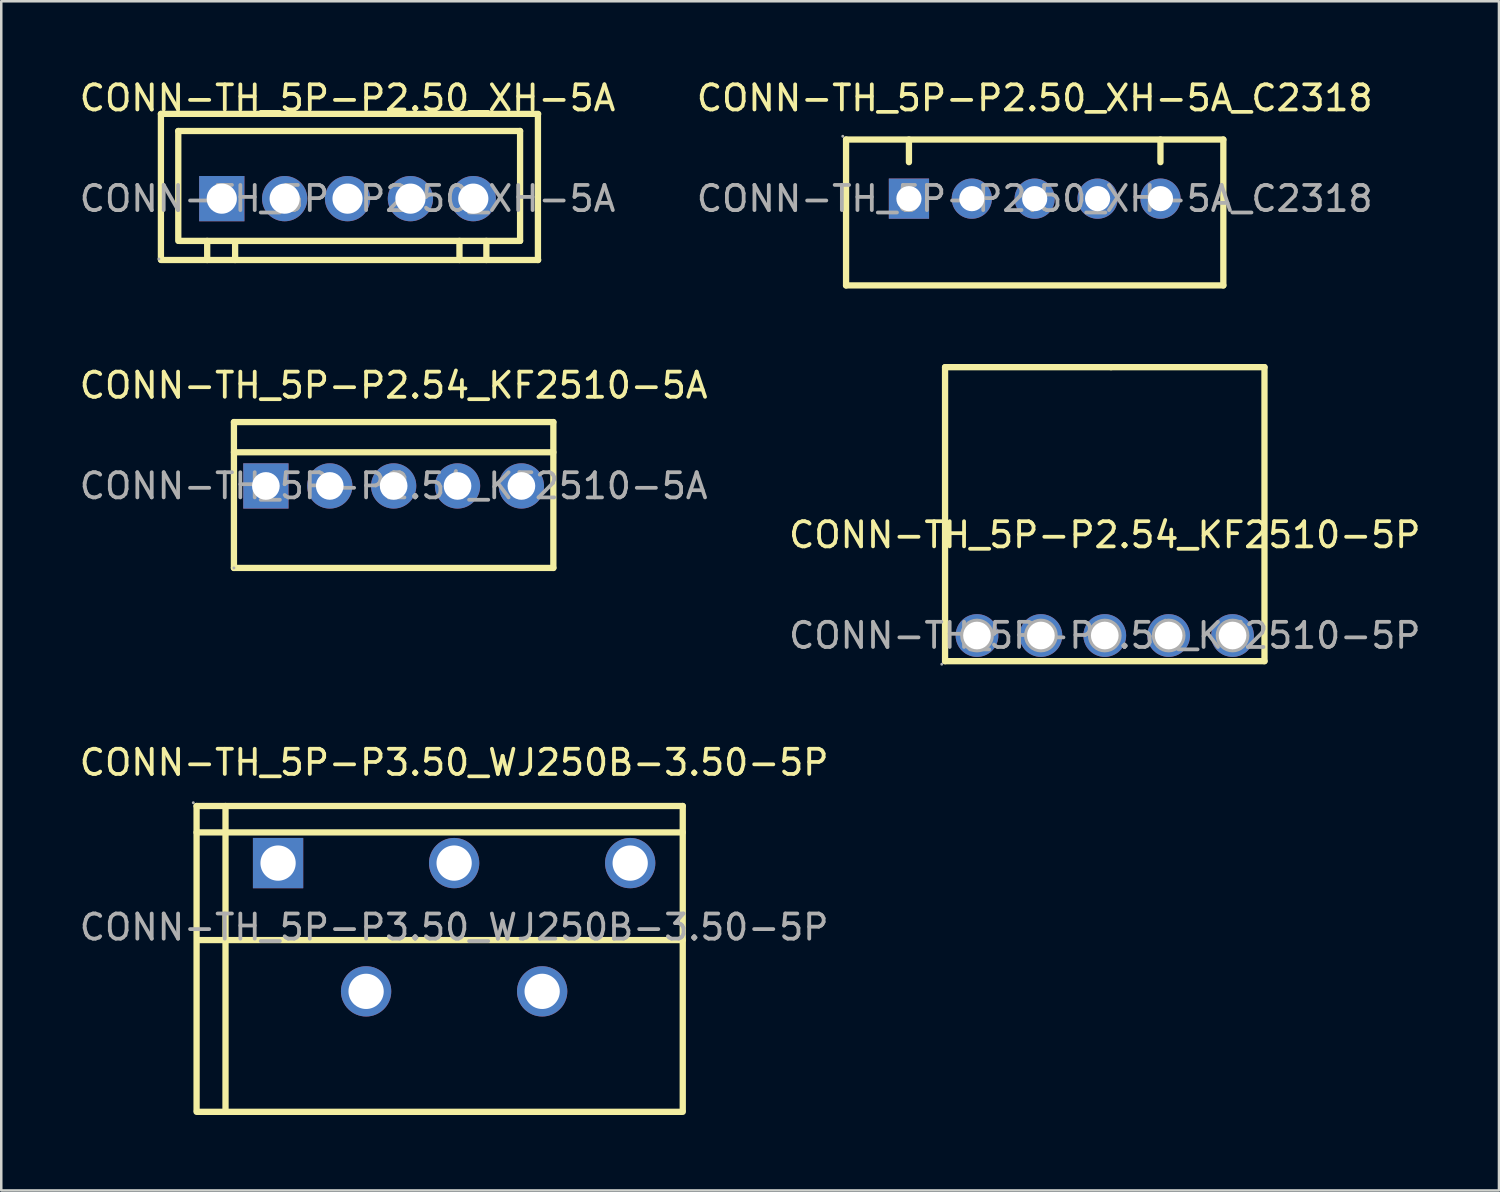
<source format=kicad_pcb>
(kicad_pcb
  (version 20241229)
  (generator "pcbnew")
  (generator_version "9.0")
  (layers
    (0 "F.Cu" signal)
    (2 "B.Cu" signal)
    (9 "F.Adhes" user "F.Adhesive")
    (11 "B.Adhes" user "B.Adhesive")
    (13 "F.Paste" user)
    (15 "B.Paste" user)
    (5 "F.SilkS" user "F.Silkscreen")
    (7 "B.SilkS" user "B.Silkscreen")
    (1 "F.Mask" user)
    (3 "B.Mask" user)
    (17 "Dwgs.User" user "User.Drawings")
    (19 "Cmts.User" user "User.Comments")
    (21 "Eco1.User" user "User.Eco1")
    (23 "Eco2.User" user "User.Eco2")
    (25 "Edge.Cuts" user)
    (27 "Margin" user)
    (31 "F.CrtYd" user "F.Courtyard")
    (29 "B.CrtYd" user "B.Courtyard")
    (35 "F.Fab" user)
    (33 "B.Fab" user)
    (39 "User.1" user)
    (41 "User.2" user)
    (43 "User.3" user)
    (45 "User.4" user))
  (footprint "CONN-TH_5P-P2.50_XH-5A_C2318"
    (layer "F.Cu")
    (at 38.089 4.848)
    (property "Reference" "CONN-TH_5P-P2.50_XH-5A_C2318" (at 0 -4 0) (layer "F.SilkS") (effects (font (size 1 1) (thickness 0.15))))
    (attr through_hole)
    (fp_line (start -7.5 -2.35) (end -7.5 3.45) (stroke (width 0.25) (type solid)) (layer "F.SilkS"))
    (fp_line (start -7.5 3.45) (end 7.5 3.45) (stroke (width 0.25) (type solid)) (layer "F.SilkS"))
    (fp_line (start -5 -1.45) (end -5 -2.35) (stroke (width 0.25) (type solid)) (layer "F.SilkS"))
    (fp_line (start 5 -1.45) (end 5 -2.35) (stroke (width 0.25) (type solid)) (layer "F.SilkS"))
    (fp_line (start 7.5 -2.35) (end -7.5 -2.35) (stroke (width 0.25) (type solid)) (layer "F.SilkS"))
    (fp_line (start 7.5 -2.35) (end 7.5 3.45) (stroke (width 0.25) (type solid)) (layer "F.SilkS"))
    (fp_circle (center -7.63 -2.48) (end -7.6 -2.48) (stroke (width 0.06) (type solid)) (fill no) (layer "F.Fab"))
    (fp_circle (center -5 0) (end -4.8 0) (stroke (width 0.4) (type solid)) (fill no) (layer "F.Fab"))
    (fp_circle (center -2.5 0) (end -2.3 0) (stroke (width 0.4) (type solid)) (fill no) (layer "F.Fab"))
    (fp_circle (center 0 0) (end 0.2 0) (stroke (width 0.4) (type solid)) (fill no) (layer "F.Fab"))
    (fp_circle (center 2.5 0) (end 2.7 0) (stroke (width 0.4) (type solid)) (fill no) (layer "F.Fab"))
    (fp_circle (center 5 0) (end 5.2 0) (stroke (width 0.4) (type solid)) (fill no) (layer "F.Fab"))
    (fp_text user "${REFERENCE}" (at 0 0 0) (layer "F.Fab") (effects (font (size 1 1) (thickness 0.15))))
    (pad "1" thru_hole rect (at -5 0 180) (size 1.6 1.6) (drill 1) (layers "*.Cu" "*.Paste" "*.Mask"))
    (pad "2" thru_hole circle (at -2.5 0 180) (size 1.6 1.6) (drill 1) (layers "*.Cu" "*.Paste" "*.Mask"))
    (pad "3" thru_hole circle (at 0 0 180) (size 1.6 1.6) (drill 1) (layers "*.Cu" "*.Paste" "*.Mask"))
    (pad "4" thru_hole circle (at 2.5 0 180) (size 1.6 1.6) (drill 1) (layers "*.Cu" "*.Paste" "*.Mask"))
    (pad "5" thru_hole circle (at 5 0 180) (size 1.6 1.6) (drill 1) (layers "*.Cu" "*.Paste" "*.Mask")))
  (footprint "CONN-TH_5P-P2.50_XH-5A"
    (layer "F.Cu")
    (at 10.768 4.848)
    (property "Reference" "CONN-TH_5P-P2.50_XH-5A" (at 0 -4 0) (layer "F.SilkS") (effects (font (size 1 1) (thickness 0.15))))
    (attr through_hole)
    (fp_line (start -7.42 -3.37) (end -7.42 2.43) (stroke (width 0.25) (type solid)) (layer "F.SilkS"))
    (fp_line (start -7.42 -3.37) (end 7.58 -3.37) (stroke (width 0.25) (type solid)) (layer "F.SilkS"))
    (fp_line (start -7.41 2.44) (end 7.58 2.44) (stroke (width 0.25) (type solid)) (layer "F.SilkS"))
    (fp_line (start -6.73 -2.69) (end -6.73 1.68) (stroke (width 0.25) (type solid)) (layer "F.SilkS"))
    (fp_line (start -6.7 1.68) (end 6.86 1.68) (stroke (width 0.25) (type solid)) (layer "F.SilkS"))
    (fp_line (start -5.58 1.68) (end -5.58 2.44) (stroke (width 0.25) (type solid)) (layer "F.SilkS"))
    (fp_line (start -4.47 1.8) (end -4.47 2.44) (stroke (width 0.25) (type solid)) (layer "F.SilkS"))
    (fp_line (start 4.45 2.44) (end 4.45 1.68) (stroke (width 0.25) (type solid)) (layer "F.SilkS"))
    (fp_line (start 5.52 1.68) (end 5.52 2.44) (stroke (width 0.25) (type solid)) (layer "F.SilkS"))
    (fp_line (start 6.86 -2.69) (end -6.73 -2.69) (stroke (width 0.25) (type solid)) (layer "F.SilkS"))
    (fp_line (start 6.86 1.68) (end 6.86 -2.69) (stroke (width 0.25) (type solid)) (layer "F.SilkS"))
    (fp_line (start 7.57 -3.35) (end 7.57 2.44) (stroke (width 0.25) (type solid)) (layer "F.SilkS"))
    (fp_circle (center -7.5 2.4) (end -7.47 2.4) (stroke (width 0.06) (type solid)) (fill no) (layer "F.Fab"))
    (fp_text user "${REFERENCE}" (at 0 0 0) (layer "F.Fab") (effects (font (size 1 1) (thickness 0.15))))
    (pad "1" thru_hole rect (at -5 0) (size 1.8 1.8) (drill 1.199) (layers "*.Cu" "*.Paste" "*.Mask"))
    (pad "2" thru_hole circle (at -2.5 0) (size 1.8 1.8) (drill 1.199) (layers "*.Cu" "*.Paste" "*.Mask"))
    (pad "3" thru_hole circle (at 0 0) (size 1.8 1.8) (drill 1.199) (layers "*.Cu" "*.Paste" "*.Mask"))
    (pad "4" thru_hole circle (at 2.5 0) (size 1.8 1.8) (drill 1.199) (layers "*.Cu" "*.Paste" "*.Mask"))
    (pad "5" thru_hole circle (at 5 0) (size 1.8 1.8) (drill 1.199) (layers "*.Cu" "*.Paste" "*.Mask")))
  (footprint "CONN-TH_5P-P3.50_WJ250B-3.50-5P"
    (layer "F.Cu")
    (at 15.006 33.816)
    (property "Reference" "CONN-TH_5P-P3.50_WJ250B-3.50-5P" (at 0 -6.55 0) (layer "F.SilkS") (effects (font (size 1 1) (thickness 0.15))))
    (attr through_hole)
    (fp_line (start -10.24 -4.82) (end -10.24 7.28) (stroke (width 0.25) (type solid)) (layer "F.SilkS"))
    (fp_line (start -10.24 -4.82) (end 9.09 -4.82) (stroke (width 0.25) (type solid)) (layer "F.SilkS"))
    (fp_line (start -10.24 -3.77) (end 9.09 -3.77) (stroke (width 0.25) (type solid)) (layer "F.SilkS"))
    (fp_line (start -10.24 7.34) (end 9.09 7.34) (stroke (width 0.25) (type solid)) (layer "F.SilkS"))
    (fp_line (start -10.19 0.51) (end 9.09 0.51) (stroke (width 0.25) (type solid)) (layer "F.SilkS"))
    (fp_line (start -9.09 -4.82) (end -9.09 7.34) (stroke (width 0.25) (type solid)) (layer "F.SilkS"))
    (fp_line (start 9.09 -4.82) (end 9.09 7.28) (stroke (width 0.25) (type solid)) (layer "F.SilkS"))
    (fp_circle (center -10.37 -4.95) (end -10.34 -4.95) (stroke (width 0.06) (type solid)) (fill no) (layer "F.Fab"))
    (fp_circle (center -7 -2.55) (end -6.7 -2.55) (stroke (width 0.6) (type solid)) (fill no) (layer "F.Fab"))
    (fp_circle (center -3.5 2.55) (end -3.2 2.55) (stroke (width 0.6) (type solid)) (fill no) (layer "F.Fab"))
    (fp_circle (center 0 -2.55) (end 0.3 -2.55) (stroke (width 0.6) (type solid)) (fill no) (layer "F.Fab"))
    (fp_circle (center 3.5 2.55) (end 3.8 2.55) (stroke (width 0.6) (type solid)) (fill no) (layer "F.Fab"))
    (fp_circle (center 7 -2.55) (end 7.3 -2.55) (stroke (width 0.6) (type solid)) (fill no) (layer "F.Fab"))
    (fp_text user "${REFERENCE}" (at 0 0 0) (layer "F.Fab") (effects (font (size 1 1) (thickness 0.15))))
    (pad "1" thru_hole rect (at -7 -2.55 180) (size 2 2) (drill 1.402) (layers "*.Cu" "*.Paste" "*.Mask"))
    (pad "4" thru_hole circle (at -3.5 2.55 180) (size 2 2) (drill 1.402) (layers "*.Cu" "*.Paste" "*.Mask"))
    (pad "5" thru_hole circle (at 0 -2.55 180) (size 2 2) (drill 1.402) (layers "*.Cu" "*.Paste" "*.Mask"))
    (pad "8" thru_hole circle (at 3.5 2.55) (size 2 2) (drill 1.402) (layers "*.Cu" "*.Paste" "*.Mask"))
    (pad "9" thru_hole circle (at 7 -2.55) (size 2 2) (drill 1.402) (layers "*.Cu" "*.Paste" "*.Mask")))
  (footprint "CONN-TH_5P-P2.54_KF2510-5P"
    (layer "F.Cu")
    (at 40.875 22.218)
    (property "Reference" "CONN-TH_5P-P2.54_KF2510-5P" (at 0 -4 0) (layer "F.SilkS") (effects (font (size 1 1) (thickness 0.15))))
    (attr through_hole)
    (fp_line (start -6.35 -10.67) (end 0.25 -10.67) (stroke (width 0.25) (type solid)) (layer "F.SilkS"))
    (fp_line (start -6.35 1.02) (end -6.35 -10.67) (stroke (width 0.25) (type solid)) (layer "F.SilkS"))
    (fp_line (start 0.25 -10.67) (end 6.35 -10.67) (stroke (width 0.25) (type solid)) (layer "F.SilkS"))
    (fp_line (start 6.35 -10.67) (end 6.35 1.02) (stroke (width 0.25) (type solid)) (layer "F.SilkS"))
    (fp_line (start 6.35 1.02) (end -6.35 1.02) (stroke (width 0.25) (type solid)) (layer "F.SilkS"))
    (fp_circle (center -6.48 1.14) (end -6.45 1.14) (stroke (width 0.06) (type solid)) (fill no) (layer "F.Fab"))
    (fp_circle (center -5.08 0) (end -4.86 0) (stroke (width 0.45) (type solid)) (fill no) (layer "F.Fab"))
    (fp_circle (center -2.54 0) (end -2.32 0) (stroke (width 0.45) (type solid)) (fill no) (layer "F.Fab"))
    (fp_circle (center 0 0) (end 0.22 0) (stroke (width 0.45) (type solid)) (fill no) (layer "F.Fab"))
    (fp_circle (center 2.54 0) (end 2.76 0) (stroke (width 0.45) (type solid)) (fill no) (layer "F.Fab"))
    (fp_circle (center 5.08 0) (end 5.3 0) (stroke (width 0.45) (type solid)) (fill no) (layer "F.Fab"))
    (fp_text user "${REFERENCE}" (at 0 0 0) (layer "F.Fab") (effects (font (size 1 1) (thickness 0.15))))
    (pad "1" thru_hole circle (at -5.08 0 90) (size 1.7 1.7) (drill 1.1) (layers "*.Cu" "*.Paste" "*.Mask"))
    (pad "2" thru_hole circle (at -2.54 0 90) (size 1.7 1.7) (drill 1.1) (layers "*.Cu" "*.Paste" "*.Mask"))
    (pad "3" thru_hole circle (at 0 0 90) (size 1.7 1.7) (drill 1.1) (layers "*.Cu" "*.Paste" "*.Mask"))
    (pad "4" thru_hole circle (at 2.54 0 90) (size 1.7 1.7) (drill 1.1) (layers "*.Cu" "*.Paste" "*.Mask"))
    (pad "5" thru_hole circle (at 5.08 0 90) (size 1.7 1.7) (drill 1.1) (layers "*.Cu" "*.Paste" "*.Mask")))
  (footprint "CONN-TH_5P-P2.54_KF2510-5A"
    (layer "F.Cu")
    (at 12.601 16.271)
    (property "Reference" "CONN-TH_5P-P2.54_KF2510-5A" (at 0 -4 0) (layer "F.SilkS") (effects (font (size 1 1) (thickness 0.15))))
    (attr through_hole)
    (fp_line (start -6.35 -2.54) (end -6.35 3.26) (stroke (width 0.25) (type solid)) (layer "F.SilkS"))
    (fp_line (start -6.35 -2.54) (end 6.35 -2.54) (stroke (width 0.25) (type solid)) (layer "F.SilkS"))
    (fp_line (start -6.35 -1.34) (end 6.35 -1.34) (stroke (width 0.25) (type solid)) (layer "F.SilkS"))
    (fp_line (start -6.35 3.26) (end 6.35 3.26) (stroke (width 0.25) (type solid)) (layer "F.SilkS"))
    (fp_line (start 6.35 -2.54) (end 6.35 3.26) (stroke (width 0.25) (type solid)) (layer "F.SilkS"))
    (fp_circle (center -6.35 3.26) (end -6.32 3.26) (stroke (width 0.06) (type solid)) (fill no) (layer "F.Fab"))
    (fp_text user "${REFERENCE}" (at 0 0 0) (layer "F.Fab") (effects (font (size 1 1) (thickness 0.15))))
    (pad "1" thru_hole rect (at -5.08 0) (size 1.8 1.8) (drill 1.1) (layers "*.Cu" "*.Paste" "*.Mask"))
    (pad "2" thru_hole circle (at -2.54 0) (size 1.8 1.8) (drill 1.1) (layers "*.Cu" "*.Paste" "*.Mask"))
    (pad "3" thru_hole circle (at 0 0) (size 1.8 1.8) (drill 1.1) (layers "*.Cu" "*.Paste" "*.Mask"))
    (pad "4" thru_hole circle (at 2.54 0) (size 1.8 1.8) (drill 1.1) (layers "*.Cu" "*.Paste" "*.Mask"))
    (pad "5" thru_hole circle (at 5.08 0) (size 1.8 1.8) (drill 1.1) (layers "*.Cu" "*.Paste" "*.Mask")))
  (gr_rect
    (start -3 -3)
    (end 56.548 44.282)
    (stroke (width 0.1) (type default))
    (fill no)
    (layer "Edge.Cuts")))
</source>
